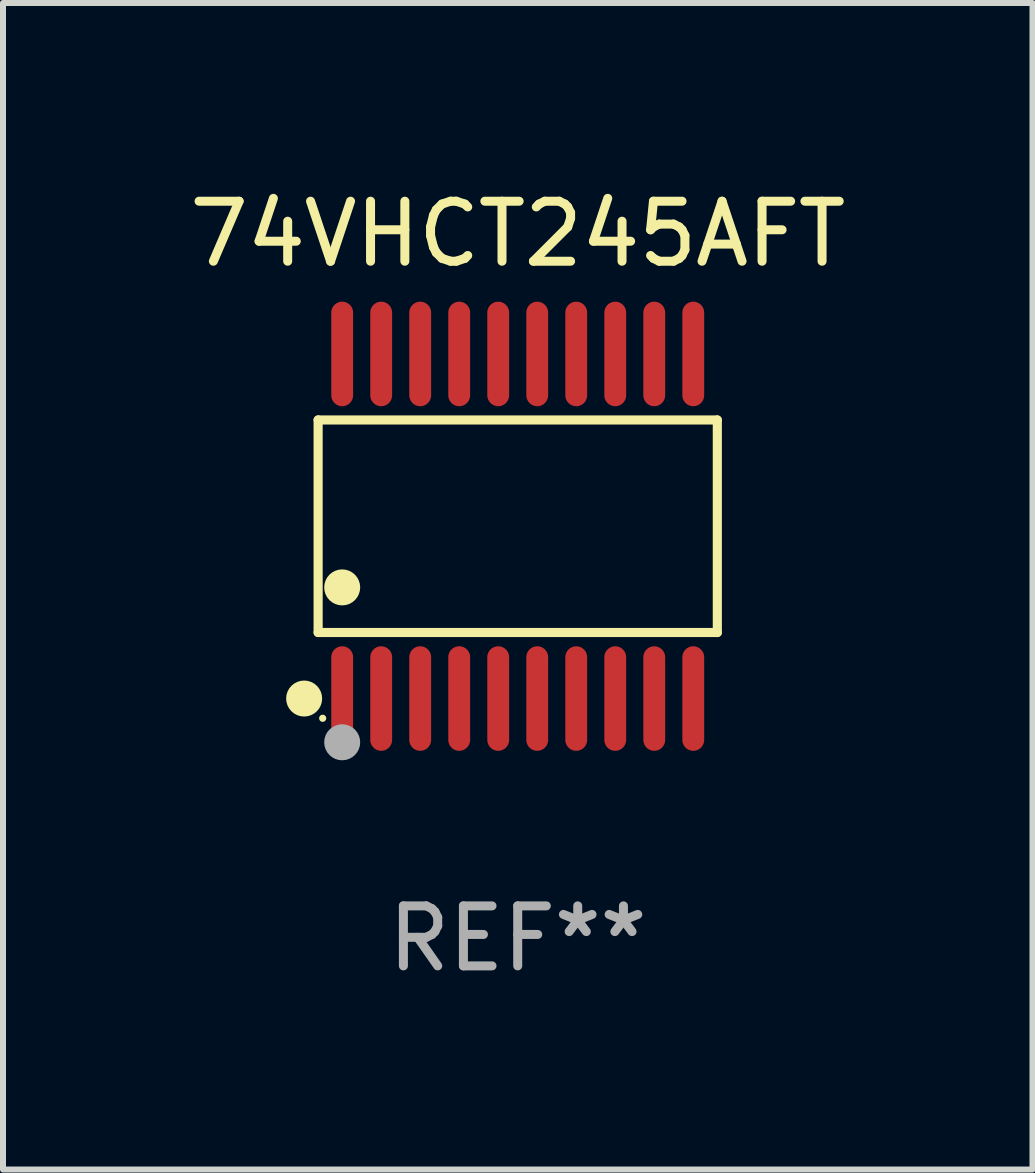
<source format=kicad_pcb>
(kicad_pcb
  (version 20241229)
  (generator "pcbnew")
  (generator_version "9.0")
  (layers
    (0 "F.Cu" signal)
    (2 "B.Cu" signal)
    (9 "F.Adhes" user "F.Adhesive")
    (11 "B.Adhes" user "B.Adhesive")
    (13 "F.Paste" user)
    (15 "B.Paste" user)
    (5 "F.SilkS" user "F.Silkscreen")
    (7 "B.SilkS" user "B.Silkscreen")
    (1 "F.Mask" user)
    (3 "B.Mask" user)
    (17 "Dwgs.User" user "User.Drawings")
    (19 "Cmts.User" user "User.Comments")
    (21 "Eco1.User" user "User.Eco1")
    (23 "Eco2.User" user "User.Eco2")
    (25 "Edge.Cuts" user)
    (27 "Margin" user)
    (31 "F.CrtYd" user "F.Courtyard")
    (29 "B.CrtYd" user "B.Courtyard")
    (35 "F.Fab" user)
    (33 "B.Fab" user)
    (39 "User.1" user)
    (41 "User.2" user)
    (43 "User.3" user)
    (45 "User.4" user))
  (footprint "74VHCT245AFT"
    (layer "F.Cu")
    (at 5.577 5.719)
    (property "Reference" "74VHCT245AFT" (at 0 -4.871 0) (layer "F.SilkS") (effects (font (size 1 1) (thickness 0.15))))
    (attr through_hole)
    (fp_line (start -3.326 -1.771) (end 3.326 -1.771) (stroke (width 0.152) (type solid)) (layer "F.SilkS"))
    (fp_line (start -3.326 1.771) (end -3.326 -1.771) (stroke (width 0.152) (type solid)) (layer "F.SilkS"))
    (fp_line (start 3.326 -1.771) (end 3.326 1.771) (stroke (width 0.152) (type solid)) (layer "F.SilkS"))
    (fp_line (start 3.326 1.771) (end -3.326 1.771) (stroke (width 0.152) (type solid)) (layer "F.SilkS"))
    (fp_circle (center -3.559 2.871) (end -3.409 2.871) (stroke (width 0.3) (type solid)) (fill no) (layer "F.SilkS"))
    (fp_circle (center -3.25 3.2) (end -3.22 3.2) (stroke (width 0.06) (type solid)) (fill no) (layer "F.SilkS"))
    (fp_circle (center -2.925 1.019) (end -2.775 1.019) (stroke (width 0.3) (type solid)) (fill no) (layer "F.SilkS"))
    (fp_circle (center -2.925 3.6) (end -2.775 3.6) (stroke (width 0.3) (type solid)) (fill no) (layer "F.Fab"))
    (fp_text user "REF**" (at 0 6.871 0) (layer "F.Fab") (effects (font (size 1 1) (thickness 0.15))))
    (pad "1" smd oval (at -2.925 2.871) (size 0.364 1.742) (layers "F.Cu" "F.Mask" "F.Paste"))
    (pad "2" smd oval (at -2.275 2.871) (size 0.364 1.742) (layers "F.Cu" "F.Mask" "F.Paste"))
    (pad "3" smd oval (at -1.625 2.871) (size 0.364 1.742) (layers "F.Cu" "F.Mask" "F.Paste"))
    (pad "4" smd oval (at -0.975 2.871) (size 0.364 1.742) (layers "F.Cu" "F.Mask" "F.Paste"))
    (pad "5" smd oval (at -0.325 2.871) (size 0.364 1.742) (layers "F.Cu" "F.Mask" "F.Paste"))
    (pad "6" smd oval (at 0.325 2.871) (size 0.364 1.742) (layers "F.Cu" "F.Mask" "F.Paste"))
    (pad "7" smd oval (at 0.975 2.871) (size 0.364 1.742) (layers "F.Cu" "F.Mask" "F.Paste"))
    (pad "8" smd oval (at 1.625 2.871) (size 0.364 1.742) (layers "F.Cu" "F.Mask" "F.Paste"))
    (pad "9" smd oval (at 2.275 2.871) (size 0.364 1.742) (layers "F.Cu" "F.Mask" "F.Paste"))
    (pad "10" smd oval (at 2.925 2.871) (size 0.364 1.742) (layers "F.Cu" "F.Mask" "F.Paste"))
    (pad "11" smd oval (at 2.925 -2.871) (size 0.364 1.742) (layers "F.Cu" "F.Mask" "F.Paste"))
    (pad "12" smd oval (at 2.275 -2.871) (size 0.364 1.742) (layers "F.Cu" "F.Mask" "F.Paste"))
    (pad "13" smd oval (at 1.625 -2.871) (size 0.364 1.742) (layers "F.Cu" "F.Mask" "F.Paste"))
    (pad "14" smd oval (at 0.975 -2.871) (size 0.364 1.742) (layers "F.Cu" "F.Mask" "F.Paste"))
    (pad "15" smd oval (at 0.325 -2.871) (size 0.364 1.742) (layers "F.Cu" "F.Mask" "F.Paste"))
    (pad "16" smd oval (at -0.325 -2.871) (size 0.364 1.742) (layers "F.Cu" "F.Mask" "F.Paste"))
    (pad "17" smd oval (at -0.975 -2.871) (size 0.364 1.742) (layers "F.Cu" "F.Mask" "F.Paste"))
    (pad "18" smd oval (at -1.625 -2.871) (size 0.364 1.742) (layers "F.Cu" "F.Mask" "F.Paste"))
    (pad "19" smd oval (at -2.275 -2.871) (size 0.364 1.742) (layers "F.Cu" "F.Mask" "F.Paste"))
    (pad "20" smd oval (at -2.925 -2.871) (size 0.364 1.742) (layers "F.Cu" "F.Mask" "F.Paste")))
  (gr_rect
    (start -3 -3)
    (end 14.155 16.438)
    (stroke (width 0.1) (type default))
    (fill no)
    (layer "Edge.Cuts")))
</source>
